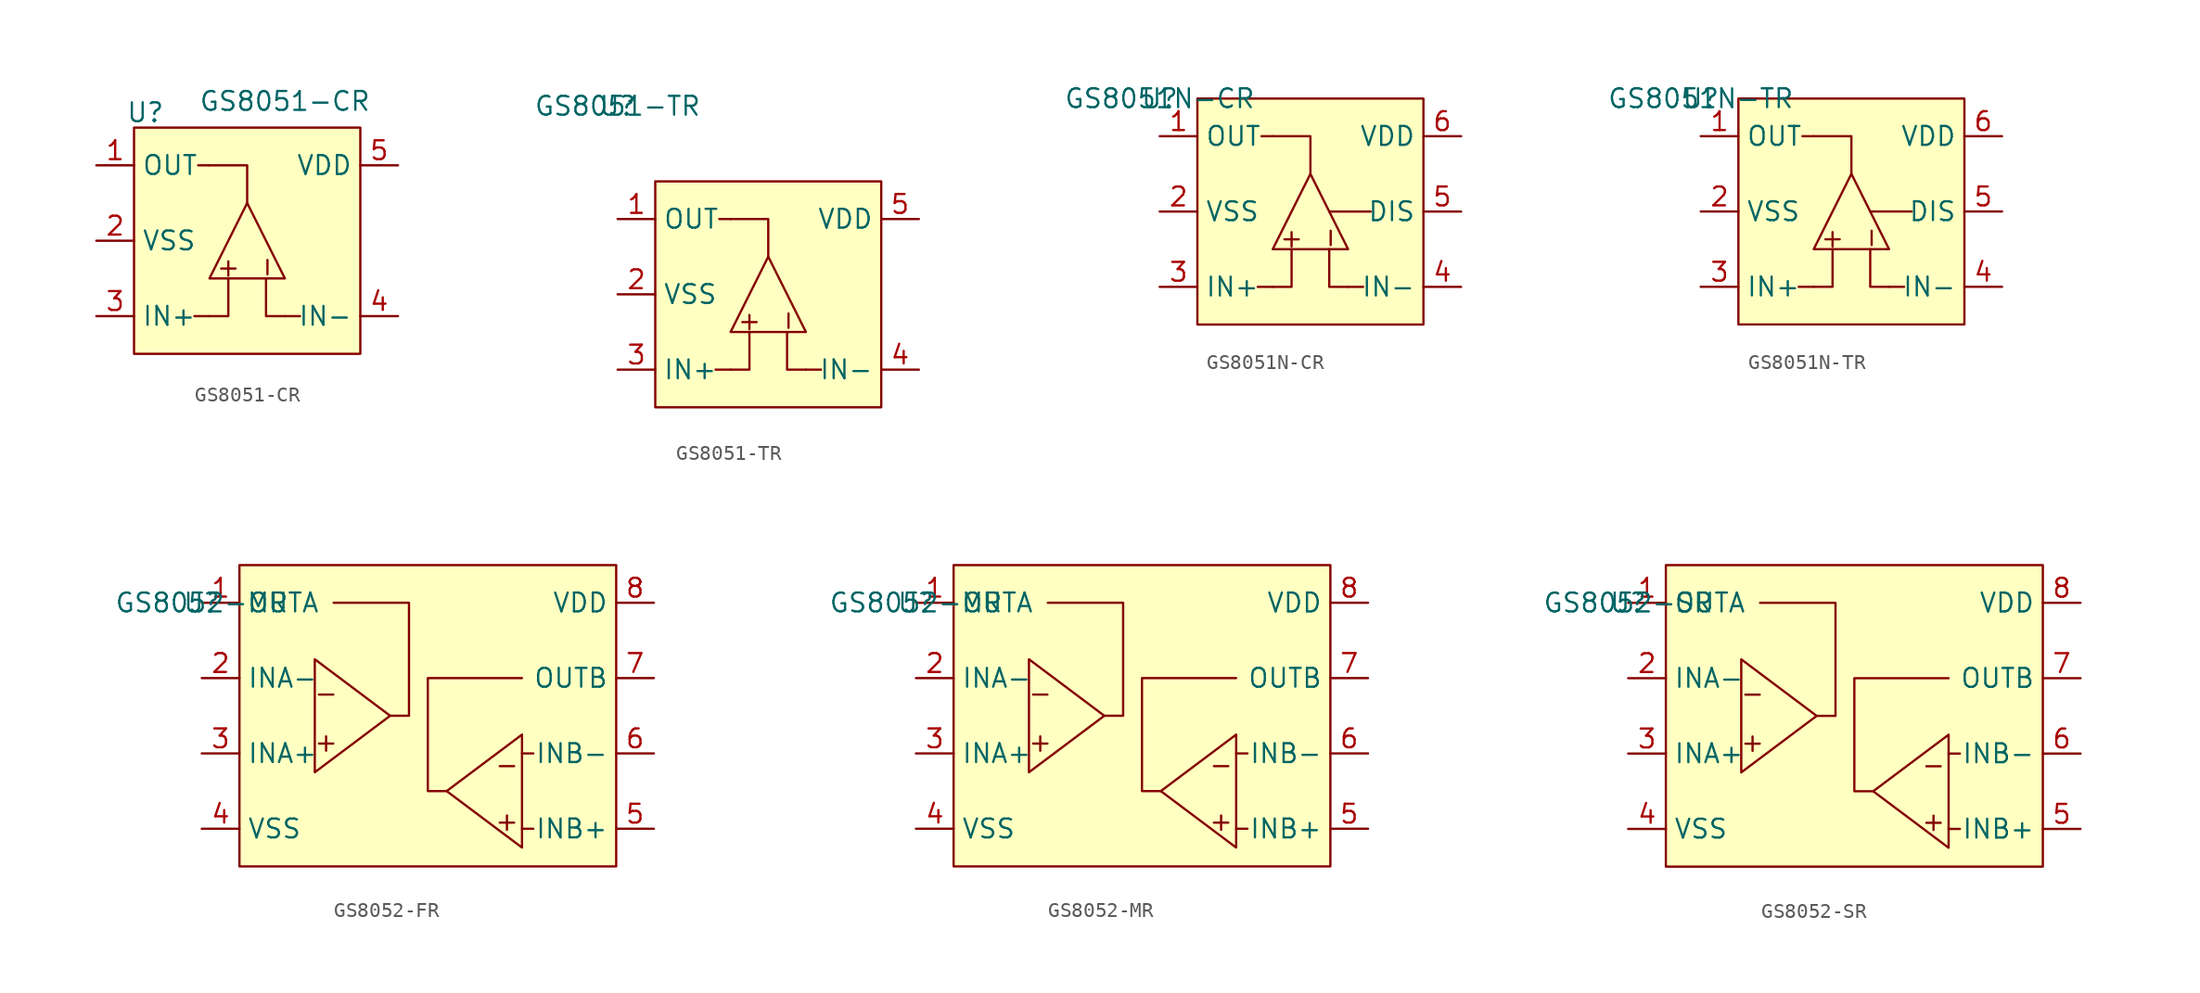
<source format=kicad_sym>
(kicad_symbol_lib
  (version 20220914)
  (generator kicad_symbol_editor)
  (symbol "GS8051-CR"
    (property "Reference" "U"
      (at 3.302 3.556 0)
      (effects (font (size 1.27 1.27))))
    (property "Value" "GS8051-CR "
      (at 12.7 4.318 0)
      (effects (font (size 1.27 1.27))))
    (symbol "GS8051-CR_0_1"
      (polyline (pts (xy 7.62 -10.16) (xy 6.604 -10.16)) (stroke (width 0) (type default)) (fill (type none)))
      (polyline (pts (xy 7.62 0) (xy 6.858 0)) (stroke (width 0) (type default)) (fill (type none)))
      (polyline (pts (xy 12.7 -10.16) (xy 13.716 -10.16)) (stroke (width 0) (type default)) (fill (type none)))
      (polyline (pts (xy 8.89 -7.62) (xy 8.89 -10.16) (xy 7.62 -10.16)) (stroke (width 0) (type default)) (fill (type none)))
      (polyline (pts (xy 10.16 -2.54) (xy 10.16 0) (xy 7.62 0)) (stroke (width 0) (type default)) (fill (type none)))
      (polyline (pts (xy 11.43 -7.62) (xy 11.43 -10.16) (xy 12.7 -10.16)) (stroke (width 0) (type default)) (fill (type none)))
      (polyline (pts (xy 10.16 -2.54) (xy 7.62 -7.62) (xy 12.7 -7.62) (xy 10.16 -2.54)) (stroke (width 0) (type default)) (fill (type none)))
      (rectangle (start 2.54 2.54) (end 17.78 -12.7) (stroke (width 0) (type default)) (fill (type background)))
      (text "+" (at 8.89 -6.858 0) (effects (font (size 1.27 1.27))))
      (text "-" (at 11.43 -6.858 900) (effects (font (size 1.27 1.27))))
      (pin power_in line (at 0 -5.08 0) (length 2.54) (name "VSS" (effects (font (size 1.27 1.27)))) (number "2" (effects (font (size 1.27 1.27)))))
      (pin power_in line (at 20.32 0 180) (length 2.54) (name "VDD" (effects (font (size 1.27 1.27)))) (number "5" (effects (font (size 1.27 1.27))))))
    (symbol "GS8051-CR_1_1"
      (pin output line (at 0 0 0) (length 2.54) (name "OUT" (effects (font (size 1.27 1.27)))) (number "1" (effects (font (size 1.27 1.27)))))
      (pin input line (at 0 -10.16 0) (length 2.54) (name "IN+" (effects (font (size 1.27 1.27)))) (number "3" (effects (font (size 1.27 1.27)))))
      (pin input line (at 20.32 -10.16 180) (length 2.54) (name "IN-" (effects (font (size 1.27 1.27)))) (number "4" (effects (font (size 1.27 1.27)))))))
  (symbol "GS8051-TR"
    (property "Reference" "U"
      (at 0 7.62 0)
      (effects (font (size 1.27 1.27))))
    (property "Value" "GS8051-TR"
      (at 0 7.62 0)
      (effects (font (size 1.27 1.27))))
    (symbol "GS8051-TR_0_1"
      (polyline (pts (xy 7.62 -10.16) (xy 6.604 -10.16)) (stroke (width 0) (type default)) (fill (type none)))
      (polyline (pts (xy 7.62 0) (xy 6.858 0)) (stroke (width 0) (type default)) (fill (type none)))
      (polyline (pts (xy 12.7 -10.16) (xy 13.716 -10.16)) (stroke (width 0) (type default)) (fill (type none)))
      (polyline (pts (xy 8.89 -7.62) (xy 8.89 -10.16) (xy 7.62 -10.16)) (stroke (width 0) (type default)) (fill (type none)))
      (polyline (pts (xy 10.16 -2.54) (xy 10.16 0) (xy 7.62 0)) (stroke (width 0) (type default)) (fill (type none)))
      (polyline (pts (xy 11.43 -7.62) (xy 11.43 -10.16) (xy 12.7 -10.16)) (stroke (width 0) (type default)) (fill (type none)))
      (polyline (pts (xy 10.16 -2.54) (xy 7.62 -7.62) (xy 12.7 -7.62) (xy 10.16 -2.54)) (stroke (width 0) (type default)) (fill (type none)))
      (rectangle (start 2.54 2.54) (end 17.78 -12.7) (stroke (width 0) (type default)) (fill (type background)))
      (text "+" (at 8.89 -6.858 0) (effects (font (size 1.27 1.27))))
      (text "-" (at 11.43 -6.858 900) (effects (font (size 1.27 1.27))))
      (pin power_in line (at 0 -5.08 0) (length 2.54) (name "VSS" (effects (font (size 1.27 1.27)))) (number "2" (effects (font (size 1.27 1.27)))))
      (pin power_in line (at 20.32 0 180) (length 2.54) (name "VDD" (effects (font (size 1.27 1.27)))) (number "5" (effects (font (size 1.27 1.27))))))
    (symbol "GS8051-TR_1_1"
      (pin output line (at 0 0 0) (length 2.54) (name "OUT" (effects (font (size 1.27 1.27)))) (number "1" (effects (font (size 1.27 1.27)))))
      (pin input line (at 0 -10.16 0) (length 2.54) (name "IN+" (effects (font (size 1.27 1.27)))) (number "3" (effects (font (size 1.27 1.27)))))
      (pin input line (at 20.32 -10.16 180) (length 2.54) (name "IN-" (effects (font (size 1.27 1.27)))) (number "4" (effects (font (size 1.27 1.27)))))))
  (symbol "GS8051N-CR"
    (property "Reference" "U"
      (at 0 0 0)
      (effects (font (size 1.27 1.27))))
    (property "Value" "GS8051N-CR"
      (at 0 0 0)
      (effects (font (size 1.27 1.27))))
    (symbol "GS8051N-CR_0_1"
      (polyline (pts (xy 7.62 -12.7) (xy 6.604 -12.7)) (stroke (width 0) (type default)) (fill (type none)))
      (polyline (pts (xy 7.62 -2.54) (xy 6.858 -2.54)) (stroke (width 0) (type default)) (fill (type none)))
      (polyline (pts (xy 11.43 -7.62) (xy 14.224 -7.62)) (stroke (width 0) (type default)) (fill (type none)))
      (polyline (pts (xy 12.7 -12.7) (xy 13.716 -12.7)) (stroke (width 0) (type default)) (fill (type none)))
      (polyline (pts (xy 8.89 -10.16) (xy 8.89 -12.7) (xy 7.62 -12.7)) (stroke (width 0) (type default)) (fill (type none)))
      (polyline (pts (xy 10.16 -5.08) (xy 10.16 -2.54) (xy 7.62 -2.54)) (stroke (width 0) (type default)) (fill (type none)))
      (polyline (pts (xy 11.43 -10.16) (xy 11.43 -12.7) (xy 12.7 -12.7)) (stroke (width 0) (type default)) (fill (type none)))
      (polyline (pts (xy 10.16 -5.08) (xy 7.62 -10.16) (xy 12.7 -10.16) (xy 10.16 -5.08)) (stroke (width 0) (type default)) (fill (type none)))
      (rectangle (start 2.54 0) (end 17.78 -15.24) (stroke (width 0) (type default)) (fill (type background)))
      (text "+" (at 8.89 -9.398 0) (effects (font (size 1.27 1.27))))
      (text "-" (at 11.43 -9.398 900) (effects (font (size 1.27 1.27))))
      (pin power_in line (at 0 -7.62 0) (length 2.54) (name "VSS" (effects (font (size 1.27 1.27)))) (number "2" (effects (font (size 1.27 1.27)))))
      (pin power_in line (at 20.32 -7.62 180) (length 2.54) (name "DIS" (effects (font (size 1.27 1.27)))) (number "5" (effects (font (size 1.27 1.27)))))
      (pin power_in line (at 20.32 -2.54 180) (length 2.54) (name "VDD" (effects (font (size 1.27 1.27)))) (number "6" (effects (font (size 1.27 1.27))))))
    (symbol "GS8051N-CR_1_1"
      (pin output line (at 0 -2.54 0) (length 2.54) (name "OUT" (effects (font (size 1.27 1.27)))) (number "1" (effects (font (size 1.27 1.27)))))
      (pin input line (at 0 -12.7 0) (length 2.54) (name "IN+" (effects (font (size 1.27 1.27)))) (number "3" (effects (font (size 1.27 1.27)))))
      (pin input line (at 20.32 -12.7 180) (length 2.54) (name "IN-" (effects (font (size 1.27 1.27)))) (number "4" (effects (font (size 1.27 1.27)))))))
  (symbol "GS8051N-TR"
    (property "Reference" "U"
      (at 0 0 0)
      (effects (font (size 1.27 1.27))))
    (property "Value" "GS8051N-TR"
      (at 0 0 0)
      (effects (font (size 1.27 1.27))))
    (symbol "GS8051N-TR_0_1"
      (polyline (pts (xy 7.62 -12.7) (xy 6.604 -12.7)) (stroke (width 0) (type default)) (fill (type none)))
      (polyline (pts (xy 7.62 -2.54) (xy 6.858 -2.54)) (stroke (width 0) (type default)) (fill (type none)))
      (polyline (pts (xy 11.43 -7.62) (xy 14.224 -7.62)) (stroke (width 0) (type default)) (fill (type none)))
      (polyline (pts (xy 12.7 -12.7) (xy 13.716 -12.7)) (stroke (width 0) (type default)) (fill (type none)))
      (polyline (pts (xy 8.89 -10.16) (xy 8.89 -12.7) (xy 7.62 -12.7)) (stroke (width 0) (type default)) (fill (type none)))
      (polyline (pts (xy 10.16 -5.08) (xy 10.16 -2.54) (xy 7.62 -2.54)) (stroke (width 0) (type default)) (fill (type none)))
      (polyline (pts (xy 11.43 -10.16) (xy 11.43 -12.7) (xy 12.7 -12.7)) (stroke (width 0) (type default)) (fill (type none)))
      (polyline (pts (xy 10.16 -5.08) (xy 7.62 -10.16) (xy 12.7 -10.16) (xy 10.16 -5.08)) (stroke (width 0) (type default)) (fill (type none)))
      (rectangle (start 2.54 0) (end 17.78 -15.24) (stroke (width 0) (type default)) (fill (type background)))
      (text "+" (at 8.89 -9.398 0) (effects (font (size 1.27 1.27))))
      (text "-" (at 11.43 -9.398 900) (effects (font (size 1.27 1.27))))
      (pin power_in line (at 0 -7.62 0) (length 2.54) (name "VSS" (effects (font (size 1.27 1.27)))) (number "2" (effects (font (size 1.27 1.27)))))
      (pin power_in line (at 20.32 -7.62 180) (length 2.54) (name "DIS" (effects (font (size 1.27 1.27)))) (number "5" (effects (font (size 1.27 1.27)))))
      (pin power_in line (at 20.32 -2.54 180) (length 2.54) (name "VDD" (effects (font (size 1.27 1.27)))) (number "6" (effects (font (size 1.27 1.27))))))
    (symbol "GS8051N-TR_1_1"
      (pin output line (at 0 -2.54 0) (length 2.54) (name "OUT" (effects (font (size 1.27 1.27)))) (number "1" (effects (font (size 1.27 1.27)))))
      (pin input line (at 0 -12.7 0) (length 2.54) (name "IN+" (effects (font (size 1.27 1.27)))) (number "3" (effects (font (size 1.27 1.27)))))
      (pin input line (at 20.32 -12.7 180) (length 2.54) (name "IN-" (effects (font (size 1.27 1.27)))) (number "4" (effects (font (size 1.27 1.27)))))))
  (symbol "GS8052-FR"
    (property "Reference" "U"
      (at 0 0 0)
      (effects (font (size 1.27 1.27))))
    (property "Value" "GS8052-MR"
      (at 0 0 0)
      (effects (font (size 1.27 1.27))))
    (symbol "GS8052-FR_0_0"
      (pin output line (at 0 0 0) (length 2.54) (name "OUTA" (effects (font (size 1.27 1.27)))) (number "1" (effects (font (size 1.27 1.27)))))
      (pin input line (at 0 -5.08 0) (length 2.54) (name "INA-" (effects (font (size 1.27 1.27)))) (number "2" (effects (font (size 1.27 1.27)))))
      (pin input line (at 0 -10.16 0) (length 2.54) (name "INA+" (effects (font (size 1.27 1.27)))) (number "3" (effects (font (size 1.27 1.27)))))
      (pin power_in line (at 0 -15.24 0) (length 2.54) (name "VSS" (effects (font (size 1.27 1.27)))) (number "4" (effects (font (size 1.27 1.27)))))
      (pin input line (at 30.48 -15.24 180) (length 2.54) (name "INB+" (effects (font (size 1.27 1.27)))) (number "5" (effects (font (size 1.27 1.27)))))
      (pin input line (at 30.48 -10.16 180) (length 2.54) (name "INB-" (effects (font (size 1.27 1.27)))) (number "6" (effects (font (size 1.27 1.27)))))
      (pin output line (at 30.48 -5.08 180) (length 2.54) (name "OUTB" (effects (font (size 1.27 1.27)))) (number "7" (effects (font (size 1.27 1.27)))))
      (pin power_in line (at 30.48 0 180) (length 2.54) (name "VDD" (effects (font (size 1.27 1.27)))) (number "8" (effects (font (size 1.27 1.27))))))
    (symbol "GS8052-FR_0_1"
      (polyline (pts (xy 21.59 -15.24) (xy 22.352 -15.24)) (stroke (width 0) (type default)) (fill (type none)))
      (polyline (pts (xy 21.59 -10.16) (xy 22.352 -10.16)) (stroke (width 0) (type default)) (fill (type none)))
      (polyline (pts (xy 7.62 -3.81) (xy 7.62 -11.43) (xy 12.7 -7.62) (xy 7.62 -3.81)) (stroke (width 0) (type default)) (fill (type none)))
      (polyline (pts (xy 12.7 -7.62) (xy 13.97 -7.62) (xy 13.97 0) (xy 8.89 0)) (stroke (width 0) (type default)) (fill (type none)))
      (polyline (pts (xy 16.51 -12.7) (xy 15.24 -12.7) (xy 15.24 -5.08) (xy 21.59 -5.08)) (stroke (width 0) (type default)) (fill (type none)))
      (polyline (pts (xy 21.59 -8.89) (xy 21.59 -16.51) (xy 16.51 -12.7) (xy 21.59 -8.89)) (stroke (width 0) (type default)) (fill (type none)))
      (rectangle (start 2.54 2.54) (end 27.94 -17.78) (stroke (width 0) (type default)) (fill (type background)))
      (text "+" (at 8.382 -9.398 0) (effects (font (size 1.27 1.27))))
      (text "+" (at 20.574 -14.732 0) (effects (font (size 1.27 1.27))))
      (text "-" (at 8.382 -6.096 0) (effects (font (size 1.27 1.27))))
      (text "-" (at 20.574 -10.922 0) (effects (font (size 1.27 1.27))))))
  (symbol "GS8052-MR"
    (property "Reference" "U"
      (at 0 0 0)
      (effects (font (size 1.27 1.27))))
    (property "Value" "GS8052-MR"
      (at 0 0 0)
      (effects (font (size 1.27 1.27))))
    (symbol "GS8052-MR_0_0"
      (pin output line (at 0 0 0) (length 2.54) (name "OUTA" (effects (font (size 1.27 1.27)))) (number "1" (effects (font (size 1.27 1.27)))))
      (pin input line (at 0 -5.08 0) (length 2.54) (name "INA-" (effects (font (size 1.27 1.27)))) (number "2" (effects (font (size 1.27 1.27)))))
      (pin input line (at 0 -10.16 0) (length 2.54) (name "INA+" (effects (font (size 1.27 1.27)))) (number "3" (effects (font (size 1.27 1.27)))))
      (pin power_in line (at 0 -15.24 0) (length 2.54) (name "VSS" (effects (font (size 1.27 1.27)))) (number "4" (effects (font (size 1.27 1.27)))))
      (pin input line (at 30.48 -15.24 180) (length 2.54) (name "INB+" (effects (font (size 1.27 1.27)))) (number "5" (effects (font (size 1.27 1.27)))))
      (pin input line (at 30.48 -10.16 180) (length 2.54) (name "INB-" (effects (font (size 1.27 1.27)))) (number "6" (effects (font (size 1.27 1.27)))))
      (pin output line (at 30.48 -5.08 180) (length 2.54) (name "OUTB" (effects (font (size 1.27 1.27)))) (number "7" (effects (font (size 1.27 1.27)))))
      (pin power_in line (at 30.48 0 180) (length 2.54) (name "VDD" (effects (font (size 1.27 1.27)))) (number "8" (effects (font (size 1.27 1.27))))))
    (symbol "GS8052-MR_0_1"
      (polyline (pts (xy 21.59 -15.24) (xy 22.352 -15.24)) (stroke (width 0) (type default)) (fill (type none)))
      (polyline (pts (xy 21.59 -10.16) (xy 22.352 -10.16)) (stroke (width 0) (type default)) (fill (type none)))
      (polyline (pts (xy 7.62 -3.81) (xy 7.62 -11.43) (xy 12.7 -7.62) (xy 7.62 -3.81)) (stroke (width 0) (type default)) (fill (type none)))
      (polyline (pts (xy 12.7 -7.62) (xy 13.97 -7.62) (xy 13.97 0) (xy 8.89 0)) (stroke (width 0) (type default)) (fill (type none)))
      (polyline (pts (xy 16.51 -12.7) (xy 15.24 -12.7) (xy 15.24 -5.08) (xy 21.59 -5.08)) (stroke (width 0) (type default)) (fill (type none)))
      (polyline (pts (xy 21.59 -8.89) (xy 21.59 -16.51) (xy 16.51 -12.7) (xy 21.59 -8.89)) (stroke (width 0) (type default)) (fill (type none)))
      (rectangle (start 2.54 2.54) (end 27.94 -17.78) (stroke (width 0) (type default)) (fill (type background)))
      (text "+" (at 8.382 -9.398 0) (effects (font (size 1.27 1.27))))
      (text "+" (at 20.574 -14.732 0) (effects (font (size 1.27 1.27))))
      (text "-" (at 8.382 -6.096 0) (effects (font (size 1.27 1.27))))
      (text "-" (at 20.574 -10.922 0) (effects (font (size 1.27 1.27))))))
  (symbol "GS8052-SR"
    (property "Reference" "U"
      (at 0 0 0)
      (effects (font (size 1.27 1.27))))
    (property "Value" "GS8052-SR"
      (at 0 0 0)
      (effects (font (size 1.27 1.27))))
    (symbol "GS8052-SR_0_0"
      (pin output line (at 0 0 0) (length 2.54) (name "OUTA" (effects (font (size 1.27 1.27)))) (number "1" (effects (font (size 1.27 1.27)))))
      (pin input line (at 0 -5.08 0) (length 2.54) (name "INA-" (effects (font (size 1.27 1.27)))) (number "2" (effects (font (size 1.27 1.27)))))
      (pin input line (at 0 -10.16 0) (length 2.54) (name "INA+" (effects (font (size 1.27 1.27)))) (number "3" (effects (font (size 1.27 1.27)))))
      (pin power_in line (at 0 -15.24 0) (length 2.54) (name "VSS" (effects (font (size 1.27 1.27)))) (number "4" (effects (font (size 1.27 1.27)))))
      (pin input line (at 30.48 -15.24 180) (length 2.54) (name "INB+" (effects (font (size 1.27 1.27)))) (number "5" (effects (font (size 1.27 1.27)))))
      (pin input line (at 30.48 -10.16 180) (length 2.54) (name "INB-" (effects (font (size 1.27 1.27)))) (number "6" (effects (font (size 1.27 1.27)))))
      (pin output line (at 30.48 -5.08 180) (length 2.54) (name "OUTB" (effects (font (size 1.27 1.27)))) (number "7" (effects (font (size 1.27 1.27)))))
      (pin power_in line (at 30.48 0 180) (length 2.54) (name "VDD" (effects (font (size 1.27 1.27)))) (number "8" (effects (font (size 1.27 1.27))))))
    (symbol "GS8052-SR_0_1"
      (polyline (pts (xy 21.59 -15.24) (xy 22.352 -15.24)) (stroke (width 0) (type default)) (fill (type none)))
      (polyline (pts (xy 21.59 -10.16) (xy 22.352 -10.16)) (stroke (width 0) (type default)) (fill (type none)))
      (polyline (pts (xy 7.62 -3.81) (xy 7.62 -11.43) (xy 12.7 -7.62) (xy 7.62 -3.81)) (stroke (width 0) (type default)) (fill (type none)))
      (polyline (pts (xy 12.7 -7.62) (xy 13.97 -7.62) (xy 13.97 0) (xy 8.89 0)) (stroke (width 0) (type default)) (fill (type none)))
      (polyline (pts (xy 16.51 -12.7) (xy 15.24 -12.7) (xy 15.24 -5.08) (xy 21.59 -5.08)) (stroke (width 0) (type default)) (fill (type none)))
      (polyline (pts (xy 21.59 -8.89) (xy 21.59 -16.51) (xy 16.51 -12.7) (xy 21.59 -8.89)) (stroke (width 0) (type default)) (fill (type none)))
      (rectangle (start 2.54 2.54) (end 27.94 -17.78) (stroke (width 0) (type default)) (fill (type background)))
      (text "+" (at 8.382 -9.398 0) (effects (font (size 1.27 1.27))))
      (text "+" (at 20.574 -14.732 0) (effects (font (size 1.27 1.27))))
      (text "-" (at 8.382 -6.096 0) (effects (font (size 1.27 1.27))))
      (text "-" (at 20.574 -10.922 0) (effects (font (size 1.27 1.27)))))))
</source>
